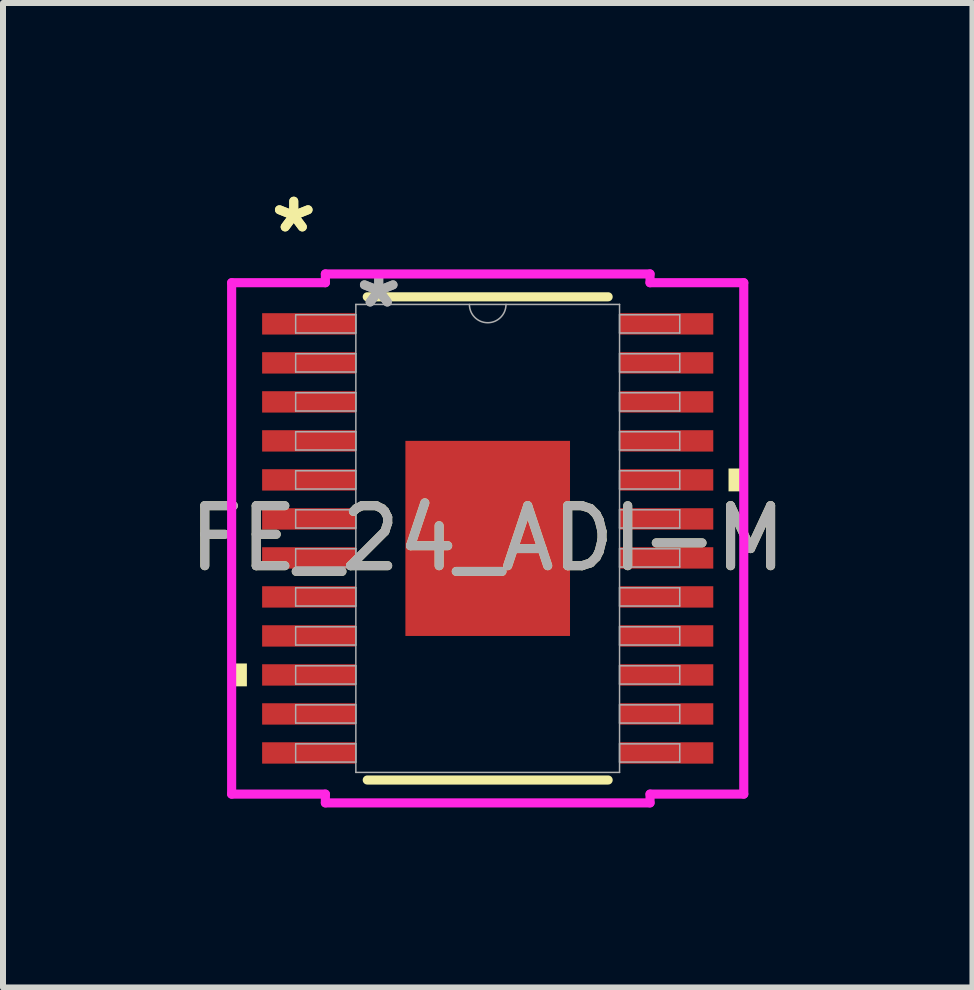
<source format=kicad_pcb>
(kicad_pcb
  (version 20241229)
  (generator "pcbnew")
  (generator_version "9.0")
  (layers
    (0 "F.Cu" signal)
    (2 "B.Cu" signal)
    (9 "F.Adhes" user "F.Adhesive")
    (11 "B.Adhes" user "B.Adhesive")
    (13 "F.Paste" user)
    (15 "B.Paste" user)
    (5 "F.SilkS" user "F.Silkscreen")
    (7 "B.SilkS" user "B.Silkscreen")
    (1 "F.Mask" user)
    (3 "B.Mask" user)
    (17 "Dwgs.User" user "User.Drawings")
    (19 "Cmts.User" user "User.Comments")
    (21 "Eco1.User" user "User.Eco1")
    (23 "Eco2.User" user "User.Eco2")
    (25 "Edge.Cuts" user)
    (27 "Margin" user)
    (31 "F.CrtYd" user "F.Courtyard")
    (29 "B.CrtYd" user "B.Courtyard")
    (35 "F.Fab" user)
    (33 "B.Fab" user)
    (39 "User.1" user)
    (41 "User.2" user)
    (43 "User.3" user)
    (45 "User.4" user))
  (footprint "FE_24_ADI-M"
    (layer "F.Cu")
    (at 5.077 5.922)
    (property "Reference" "FE_24_ADI-M" (at 0 0 0) (unlocked yes) (layer "F.SilkS") (effects (font (size 1 1) (thickness 0.15))))
    (attr smd)
    (fp_line (start -2.007 4.026) (end 2.007 4.026) (stroke (width 0.152) (type solid)) (layer "F.SilkS"))
    (fp_line (start 2.007 -4.026) (end -2.007 -4.026) (stroke (width 0.152) (type solid)) (layer "F.SilkS"))
    (fp_poly (pts (xy -4.267 2.084) (xy -4.267 2.465) (xy -4.013 2.465) (xy -4.013 2.084)) (stroke (width 0) (type solid)) (fill yes) (layer "F.SilkS"))
    (fp_poly (pts (xy 4.267 -1.165) (xy 4.267 -0.784) (xy 4.013 -0.784) (xy 4.013 -1.165)) (stroke (width 0) (type solid)) (fill yes) (layer "F.SilkS"))
    (fp_poly (pts (xy -1.272 -1.526) (xy -1.272 -0.1) (xy -0.1 -0.1) (xy -0.1 -1.526)) (stroke (width 0) (type solid)) (fill yes) (layer "F.Paste"))
    (fp_poly (pts (xy -1.272 0.1) (xy -1.272 1.526) (xy -0.1 1.526) (xy -0.1 0.1)) (stroke (width 0) (type solid)) (fill yes) (layer "F.Paste"))
    (fp_poly (pts (xy 0.1 -1.526) (xy 0.1 -0.1) (xy 1.272 -0.1) (xy 1.272 -1.526)) (stroke (width 0) (type solid)) (fill yes) (layer "F.Paste"))
    (fp_poly (pts (xy 0.1 0.1) (xy 0.1 1.526) (xy 1.272 1.526) (xy 1.272 0.1)) (stroke (width 0) (type solid)) (fill yes) (layer "F.Paste"))
    (fp_line (start -4.267 -4.261) (end -2.705 -4.261) (stroke (width 0.152) (type solid)) (layer "F.CrtYd"))
    (fp_line (start -4.267 4.261) (end -4.267 -4.261) (stroke (width 0.152) (type solid)) (layer "F.CrtYd"))
    (fp_line (start -4.267 4.261) (end -2.705 4.261) (stroke (width 0.152) (type solid)) (layer "F.CrtYd"))
    (fp_line (start -2.705 -4.407) (end 2.705 -4.407) (stroke (width 0.152) (type solid)) (layer "F.CrtYd"))
    (fp_line (start -2.705 -4.261) (end -2.705 -4.407) (stroke (width 0.152) (type solid)) (layer "F.CrtYd"))
    (fp_line (start -2.705 4.407) (end -2.705 4.261) (stroke (width 0.152) (type solid)) (layer "F.CrtYd"))
    (fp_line (start 2.705 -4.407) (end 2.705 -4.261) (stroke (width 0.152) (type solid)) (layer "F.CrtYd"))
    (fp_line (start 2.705 4.261) (end 2.705 4.407) (stroke (width 0.152) (type solid)) (layer "F.CrtYd"))
    (fp_line (start 2.705 4.407) (end -2.705 4.407) (stroke (width 0.152) (type solid)) (layer "F.CrtYd"))
    (fp_line (start 4.267 -4.261) (end 2.705 -4.261) (stroke (width 0.152) (type solid)) (layer "F.CrtYd"))
    (fp_line (start 4.267 -4.261) (end 4.267 4.261) (stroke (width 0.152) (type solid)) (layer "F.CrtYd"))
    (fp_line (start 4.267 4.261) (end 2.705 4.261) (stroke (width 0.152) (type solid)) (layer "F.CrtYd"))
    (fp_line (start -3.2 -3.727) (end -3.2 -3.423) (stroke (width 0.025) (type solid)) (layer "F.Fab"))
    (fp_line (start -3.2 -3.423) (end -2.197 -3.423) (stroke (width 0.025) (type solid)) (layer "F.Fab"))
    (fp_line (start -3.2 -3.077) (end -3.2 -2.773) (stroke (width 0.025) (type solid)) (layer "F.Fab"))
    (fp_line (start -3.2 -2.773) (end -2.197 -2.773) (stroke (width 0.025) (type solid)) (layer "F.Fab"))
    (fp_line (start -3.2 -2.427) (end -3.2 -2.123) (stroke (width 0.025) (type solid)) (layer "F.Fab"))
    (fp_line (start -3.2 -2.123) (end -2.197 -2.123) (stroke (width 0.025) (type solid)) (layer "F.Fab"))
    (fp_line (start -3.2 -1.777) (end -3.2 -1.473) (stroke (width 0.025) (type solid)) (layer "F.Fab"))
    (fp_line (start -3.2 -1.473) (end -2.197 -1.473) (stroke (width 0.025) (type solid)) (layer "F.Fab"))
    (fp_line (start -3.2 -1.127) (end -3.2 -0.823) (stroke (width 0.025) (type solid)) (layer "F.Fab"))
    (fp_line (start -3.2 -0.823) (end -2.197 -0.823) (stroke (width 0.025) (type solid)) (layer "F.Fab"))
    (fp_line (start -3.2 -0.477) (end -3.2 -0.173) (stroke (width 0.025) (type solid)) (layer "F.Fab"))
    (fp_line (start -3.2 -0.173) (end -2.197 -0.173) (stroke (width 0.025) (type solid)) (layer "F.Fab"))
    (fp_line (start -3.2 0.173) (end -3.2 0.477) (stroke (width 0.025) (type solid)) (layer "F.Fab"))
    (fp_line (start -3.2 0.477) (end -2.197 0.477) (stroke (width 0.025) (type solid)) (layer "F.Fab"))
    (fp_line (start -3.2 0.823) (end -3.2 1.127) (stroke (width 0.025) (type solid)) (layer "F.Fab"))
    (fp_line (start -3.2 1.127) (end -2.197 1.127) (stroke (width 0.025) (type solid)) (layer "F.Fab"))
    (fp_line (start -3.2 1.473) (end -3.2 1.777) (stroke (width 0.025) (type solid)) (layer "F.Fab"))
    (fp_line (start -3.2 1.777) (end -2.197 1.777) (stroke (width 0.025) (type solid)) (layer "F.Fab"))
    (fp_line (start -3.2 2.123) (end -3.2 2.427) (stroke (width 0.025) (type solid)) (layer "F.Fab"))
    (fp_line (start -3.2 2.427) (end -2.197 2.427) (stroke (width 0.025) (type solid)) (layer "F.Fab"))
    (fp_line (start -3.2 2.773) (end -3.2 3.077) (stroke (width 0.025) (type solid)) (layer "F.Fab"))
    (fp_line (start -3.2 3.077) (end -2.197 3.077) (stroke (width 0.025) (type solid)) (layer "F.Fab"))
    (fp_line (start -3.2 3.423) (end -3.2 3.727) (stroke (width 0.025) (type solid)) (layer "F.Fab"))
    (fp_line (start -3.2 3.727) (end -2.197 3.727) (stroke (width 0.025) (type solid)) (layer "F.Fab"))
    (fp_line (start -2.197 -3.899) (end -2.197 3.899) (stroke (width 0.025) (type solid)) (layer "F.Fab"))
    (fp_line (start -2.197 -3.727) (end -3.2 -3.727) (stroke (width 0.025) (type solid)) (layer "F.Fab"))
    (fp_line (start -2.197 -3.423) (end -2.197 -3.727) (stroke (width 0.025) (type solid)) (layer "F.Fab"))
    (fp_line (start -2.197 -3.077) (end -3.2 -3.077) (stroke (width 0.025) (type solid)) (layer "F.Fab"))
    (fp_line (start -2.197 -2.773) (end -2.197 -3.077) (stroke (width 0.025) (type solid)) (layer "F.Fab"))
    (fp_line (start -2.197 -2.427) (end -3.2 -2.427) (stroke (width 0.025) (type solid)) (layer "F.Fab"))
    (fp_line (start -2.197 -2.123) (end -2.197 -2.427) (stroke (width 0.025) (type solid)) (layer "F.Fab"))
    (fp_line (start -2.197 -1.777) (end -3.2 -1.777) (stroke (width 0.025) (type solid)) (layer "F.Fab"))
    (fp_line (start -2.197 -1.473) (end -2.197 -1.777) (stroke (width 0.025) (type solid)) (layer "F.Fab"))
    (fp_line (start -2.197 -1.127) (end -3.2 -1.127) (stroke (width 0.025) (type solid)) (layer "F.Fab"))
    (fp_line (start -2.197 -0.823) (end -2.197 -1.127) (stroke (width 0.025) (type solid)) (layer "F.Fab"))
    (fp_line (start -2.197 -0.477) (end -3.2 -0.477) (stroke (width 0.025) (type solid)) (layer "F.Fab"))
    (fp_line (start -2.197 -0.173) (end -2.197 -0.477) (stroke (width 0.025) (type solid)) (layer "F.Fab"))
    (fp_line (start -2.197 0.173) (end -3.2 0.173) (stroke (width 0.025) (type solid)) (layer "F.Fab"))
    (fp_line (start -2.197 0.477) (end -2.197 0.173) (stroke (width 0.025) (type solid)) (layer "F.Fab"))
    (fp_line (start -2.197 0.823) (end -3.2 0.823) (stroke (width 0.025) (type solid)) (layer "F.Fab"))
    (fp_line (start -2.197 1.127) (end -2.197 0.823) (stroke (width 0.025) (type solid)) (layer "F.Fab"))
    (fp_line (start -2.197 1.473) (end -3.2 1.473) (stroke (width 0.025) (type solid)) (layer "F.Fab"))
    (fp_line (start -2.197 1.777) (end -2.197 1.473) (stroke (width 0.025) (type solid)) (layer "F.Fab"))
    (fp_line (start -2.197 2.123) (end -3.2 2.123) (stroke (width 0.025) (type solid)) (layer "F.Fab"))
    (fp_line (start -2.197 2.427) (end -2.197 2.123) (stroke (width 0.025) (type solid)) (layer "F.Fab"))
    (fp_line (start -2.197 2.773) (end -3.2 2.773) (stroke (width 0.025) (type solid)) (layer "F.Fab"))
    (fp_line (start -2.197 3.077) (end -2.197 2.773) (stroke (width 0.025) (type solid)) (layer "F.Fab"))
    (fp_line (start -2.197 3.423) (end -3.2 3.423) (stroke (width 0.025) (type solid)) (layer "F.Fab"))
    (fp_line (start -2.197 3.727) (end -2.197 3.423) (stroke (width 0.025) (type solid)) (layer "F.Fab"))
    (fp_line (start -2.197 3.899) (end 2.197 3.899) (stroke (width 0.025) (type solid)) (layer "F.Fab"))
    (fp_line (start 2.197 -3.899) (end -2.197 -3.899) (stroke (width 0.025) (type solid)) (layer "F.Fab"))
    (fp_line (start 2.197 -3.727) (end 2.197 -3.423) (stroke (width 0.025) (type solid)) (layer "F.Fab"))
    (fp_line (start 2.197 -3.423) (end 3.2 -3.423) (stroke (width 0.025) (type solid)) (layer "F.Fab"))
    (fp_line (start 2.197 -3.077) (end 2.197 -2.773) (stroke (width 0.025) (type solid)) (layer "F.Fab"))
    (fp_line (start 2.197 -2.773) (end 3.2 -2.773) (stroke (width 0.025) (type solid)) (layer "F.Fab"))
    (fp_line (start 2.197 -2.427) (end 2.197 -2.123) (stroke (width 0.025) (type solid)) (layer "F.Fab"))
    (fp_line (start 2.197 -2.123) (end 3.2 -2.123) (stroke (width 0.025) (type solid)) (layer "F.Fab"))
    (fp_line (start 2.197 -1.777) (end 2.197 -1.473) (stroke (width 0.025) (type solid)) (layer "F.Fab"))
    (fp_line (start 2.197 -1.473) (end 3.2 -1.473) (stroke (width 0.025) (type solid)) (layer "F.Fab"))
    (fp_line (start 2.197 -1.127) (end 2.197 -0.823) (stroke (width 0.025) (type solid)) (layer "F.Fab"))
    (fp_line (start 2.197 -0.823) (end 3.2 -0.823) (stroke (width 0.025) (type solid)) (layer "F.Fab"))
    (fp_line (start 2.197 -0.477) (end 2.197 -0.173) (stroke (width 0.025) (type solid)) (layer "F.Fab"))
    (fp_line (start 2.197 -0.173) (end 3.2 -0.173) (stroke (width 0.025) (type solid)) (layer "F.Fab"))
    (fp_line (start 2.197 0.173) (end 2.197 0.477) (stroke (width 0.025) (type solid)) (layer "F.Fab"))
    (fp_line (start 2.197 0.477) (end 3.2 0.477) (stroke (width 0.025) (type solid)) (layer "F.Fab"))
    (fp_line (start 2.197 0.823) (end 2.197 1.127) (stroke (width 0.025) (type solid)) (layer "F.Fab"))
    (fp_line (start 2.197 1.127) (end 3.2 1.127) (stroke (width 0.025) (type solid)) (layer "F.Fab"))
    (fp_line (start 2.197 1.473) (end 2.197 1.777) (stroke (width 0.025) (type solid)) (layer "F.Fab"))
    (fp_line (start 2.197 1.777) (end 3.2 1.777) (stroke (width 0.025) (type solid)) (layer "F.Fab"))
    (fp_line (start 2.197 2.123) (end 2.197 2.427) (stroke (width 0.025) (type solid)) (layer "F.Fab"))
    (fp_line (start 2.197 2.427) (end 3.2 2.427) (stroke (width 0.025) (type solid)) (layer "F.Fab"))
    (fp_line (start 2.197 2.773) (end 2.197 3.077) (stroke (width 0.025) (type solid)) (layer "F.Fab"))
    (fp_line (start 2.197 3.077) (end 3.2 3.077) (stroke (width 0.025) (type solid)) (layer "F.Fab"))
    (fp_line (start 2.197 3.423) (end 2.197 3.727) (stroke (width 0.025) (type solid)) (layer "F.Fab"))
    (fp_line (start 2.197 3.727) (end 3.2 3.727) (stroke (width 0.025) (type solid)) (layer "F.Fab"))
    (fp_line (start 2.197 3.899) (end 2.197 -3.899) (stroke (width 0.025) (type solid)) (layer "F.Fab"))
    (fp_line (start 3.2 -3.727) (end 2.197 -3.727) (stroke (width 0.025) (type solid)) (layer "F.Fab"))
    (fp_line (start 3.2 -3.423) (end 3.2 -3.727) (stroke (width 0.025) (type solid)) (layer "F.Fab"))
    (fp_line (start 3.2 -3.077) (end 2.197 -3.077) (stroke (width 0.025) (type solid)) (layer "F.Fab"))
    (fp_line (start 3.2 -2.773) (end 3.2 -3.077) (stroke (width 0.025) (type solid)) (layer "F.Fab"))
    (fp_line (start 3.2 -2.427) (end 2.197 -2.427) (stroke (width 0.025) (type solid)) (layer "F.Fab"))
    (fp_line (start 3.2 -2.123) (end 3.2 -2.427) (stroke (width 0.025) (type solid)) (layer "F.Fab"))
    (fp_line (start 3.2 -1.777) (end 2.197 -1.777) (stroke (width 0.025) (type solid)) (layer "F.Fab"))
    (fp_line (start 3.2 -1.473) (end 3.2 -1.777) (stroke (width 0.025) (type solid)) (layer "F.Fab"))
    (fp_line (start 3.2 -1.127) (end 2.197 -1.127) (stroke (width 0.025) (type solid)) (layer "F.Fab"))
    (fp_line (start 3.2 -0.823) (end 3.2 -1.127) (stroke (width 0.025) (type solid)) (layer "F.Fab"))
    (fp_line (start 3.2 -0.477) (end 2.197 -0.477) (stroke (width 0.025) (type solid)) (layer "F.Fab"))
    (fp_line (start 3.2 -0.173) (end 3.2 -0.477) (stroke (width 0.025) (type solid)) (layer "F.Fab"))
    (fp_line (start 3.2 0.173) (end 2.197 0.173) (stroke (width 0.025) (type solid)) (layer "F.Fab"))
    (fp_line (start 3.2 0.477) (end 3.2 0.173) (stroke (width 0.025) (type solid)) (layer "F.Fab"))
    (fp_line (start 3.2 0.823) (end 2.197 0.823) (stroke (width 0.025) (type solid)) (layer "F.Fab"))
    (fp_line (start 3.2 1.127) (end 3.2 0.823) (stroke (width 0.025) (type solid)) (layer "F.Fab"))
    (fp_line (start 3.2 1.473) (end 2.197 1.473) (stroke (width 0.025) (type solid)) (layer "F.Fab"))
    (fp_line (start 3.2 1.777) (end 3.2 1.473) (stroke (width 0.025) (type solid)) (layer "F.Fab"))
    (fp_line (start 3.2 2.123) (end 2.197 2.123) (stroke (width 0.025) (type solid)) (layer "F.Fab"))
    (fp_line (start 3.2 2.427) (end 3.2 2.123) (stroke (width 0.025) (type solid)) (layer "F.Fab"))
    (fp_line (start 3.2 2.773) (end 2.197 2.773) (stroke (width 0.025) (type solid)) (layer "F.Fab"))
    (fp_line (start 3.2 3.077) (end 3.2 2.773) (stroke (width 0.025) (type solid)) (layer "F.Fab"))
    (fp_line (start 3.2 3.423) (end 2.197 3.423) (stroke (width 0.025) (type solid)) (layer "F.Fab"))
    (fp_line (start 3.2 3.727) (end 3.2 3.423) (stroke (width 0.025) (type solid)) (layer "F.Fab"))
    (fp_arc (start 0.3048 -3.8989) (mid 0 -3.5941) (end -0.3048 -3.8989) (stroke (width 0.0254) (type solid)) (layer "F.Fab"))
    (fp_text user "*" (at -3.232 -5.074 0) (layer "F.SilkS") (effects (font (size 1 1) (thickness 0.15))))
    (fp_text user "*" (at -3.232 -5.074 0) (unlocked yes) (layer "F.SilkS") (effects (font (size 1 1) (thickness 0.15))))
    (fp_text user "*" (at -1.816 -3.823 0) (layer "F.Fab") (effects (font (size 1 1) (thickness 0.15))))
    (fp_text user "${REFERENCE}" (at 0 0 0) (unlocked yes) (layer "F.Fab") (effects (font (size 1 1) (thickness 0.15))))
    (fp_text user "*" (at -1.816 -3.823 0) (unlocked yes) (layer "F.Fab") (effects (font (size 1 1) (thickness 0.15))))
    (pad "1" smd rect (at -2.978 -3.575) (size 1.562 0.356) (layers "F.Cu" "F.Mask" "F.Paste"))
    (pad "2" smd rect (at -2.978 -2.925) (size 1.562 0.356) (layers "F.Cu" "F.Mask" "F.Paste"))
    (pad "3" smd rect (at -2.978 -2.275) (size 1.562 0.356) (layers "F.Cu" "F.Mask" "F.Paste"))
    (pad "4" smd rect (at -2.978 -1.625) (size 1.562 0.356) (layers "F.Cu" "F.Mask" "F.Paste"))
    (pad "5" smd rect (at -2.978 -0.975) (size 1.562 0.356) (layers "F.Cu" "F.Mask" "F.Paste"))
    (pad "6" smd rect (at -2.978 -0.325) (size 1.562 0.356) (layers "F.Cu" "F.Mask" "F.Paste"))
    (pad "7" smd rect (at -2.978 0.325) (size 1.562 0.356) (layers "F.Cu" "F.Mask" "F.Paste"))
    (pad "8" smd rect (at -2.978 0.975) (size 1.562 0.356) (layers "F.Cu" "F.Mask" "F.Paste"))
    (pad "9" smd rect (at -2.978 1.625) (size 1.562 0.356) (layers "F.Cu" "F.Mask" "F.Paste"))
    (pad "10" smd rect (at -2.978 2.275) (size 1.562 0.356) (layers "F.Cu" "F.Mask" "F.Paste"))
    (pad "11" smd rect (at -2.978 2.925) (size 1.562 0.356) (layers "F.Cu" "F.Mask" "F.Paste"))
    (pad "12" smd rect (at -2.978 3.575) (size 1.562 0.356) (layers "F.Cu" "F.Mask" "F.Paste"))
    (pad "13" smd rect (at 2.978 3.575) (size 1.562 0.356) (layers "F.Cu" "F.Mask" "F.Paste"))
    (pad "14" smd rect (at 2.978 2.925) (size 1.562 0.356) (layers "F.Cu" "F.Mask" "F.Paste"))
    (pad "15" smd rect (at 2.978 2.275) (size 1.562 0.356) (layers "F.Cu" "F.Mask" "F.Paste"))
    (pad "16" smd rect (at 2.978 1.625) (size 1.562 0.356) (layers "F.Cu" "F.Mask" "F.Paste"))
    (pad "17" smd rect (at 2.978 0.975) (size 1.562 0.356) (layers "F.Cu" "F.Mask" "F.Paste"))
    (pad "18" smd rect (at 2.978 0.325) (size 1.562 0.356) (layers "F.Cu" "F.Mask" "F.Paste"))
    (pad "19" smd rect (at 2.978 -0.325) (size 1.562 0.356) (layers "F.Cu" "F.Mask" "F.Paste"))
    (pad "20" smd rect (at 2.978 -0.975) (size 1.562 0.356) (layers "F.Cu" "F.Mask" "F.Paste"))
    (pad "21" smd rect (at 2.978 -1.625) (size 1.562 0.356) (layers "F.Cu" "F.Mask" "F.Paste"))
    (pad "22" smd rect (at 2.978 -2.275) (size 1.562 0.356) (layers "F.Cu" "F.Mask" "F.Paste"))
    (pad "23" smd rect (at 2.978 -2.925) (size 1.562 0.356) (layers "F.Cu" "F.Mask" "F.Paste"))
    (pad "24" smd rect (at 2.978 -3.575) (size 1.562 0.356) (layers "F.Cu" "F.Mask" "F.Paste"))
    (pad "EPAD" smd rect (at 0 0) (size 2.743 3.251) (layers "F.Cu" "F.Mask")))
  (gr_rect
    (start -3 -3)
    (end 13.155 13.405)
    (stroke (width 0.1) (type default))
    (fill no)
    (layer "Edge.Cuts")))
</source>
